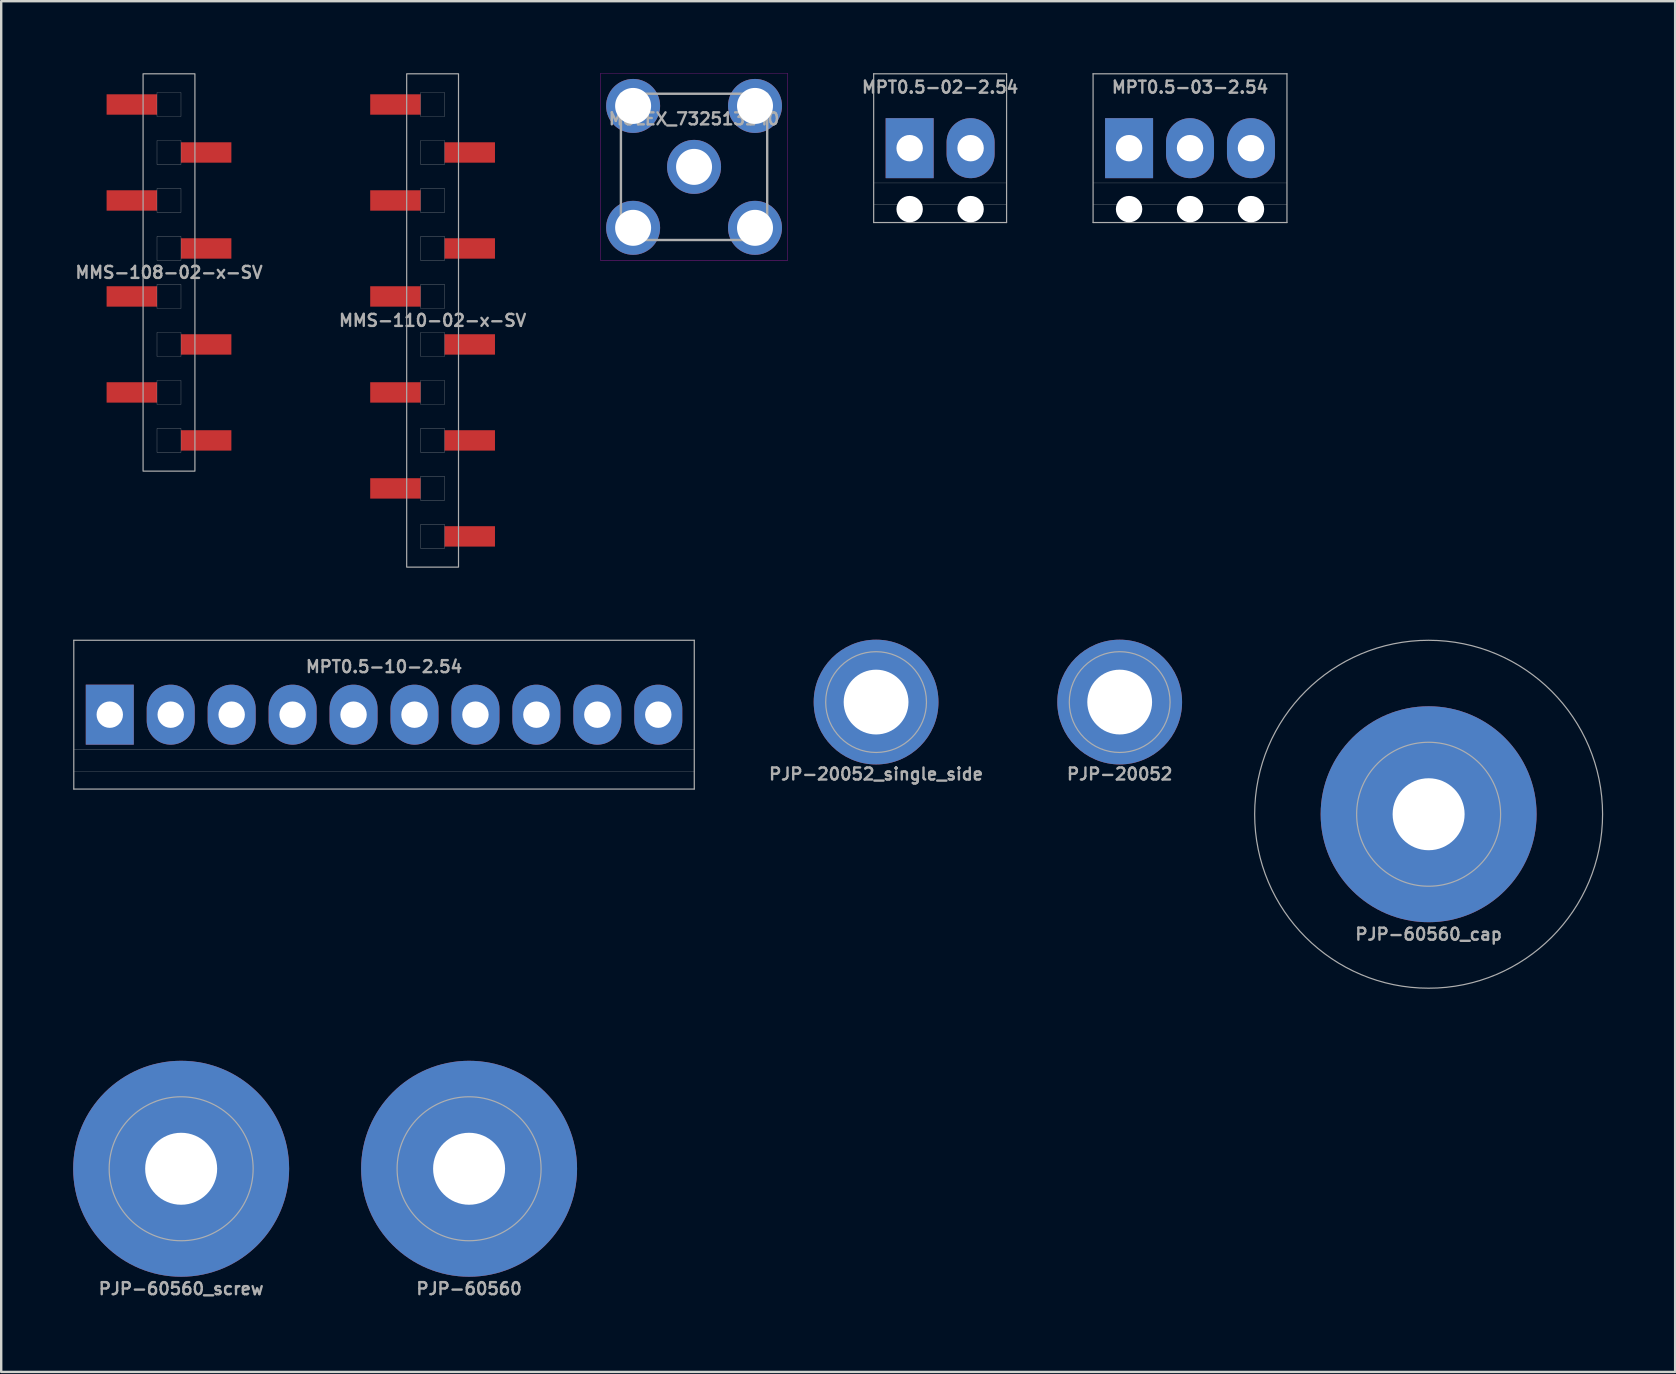
<source format=kicad_pcb>
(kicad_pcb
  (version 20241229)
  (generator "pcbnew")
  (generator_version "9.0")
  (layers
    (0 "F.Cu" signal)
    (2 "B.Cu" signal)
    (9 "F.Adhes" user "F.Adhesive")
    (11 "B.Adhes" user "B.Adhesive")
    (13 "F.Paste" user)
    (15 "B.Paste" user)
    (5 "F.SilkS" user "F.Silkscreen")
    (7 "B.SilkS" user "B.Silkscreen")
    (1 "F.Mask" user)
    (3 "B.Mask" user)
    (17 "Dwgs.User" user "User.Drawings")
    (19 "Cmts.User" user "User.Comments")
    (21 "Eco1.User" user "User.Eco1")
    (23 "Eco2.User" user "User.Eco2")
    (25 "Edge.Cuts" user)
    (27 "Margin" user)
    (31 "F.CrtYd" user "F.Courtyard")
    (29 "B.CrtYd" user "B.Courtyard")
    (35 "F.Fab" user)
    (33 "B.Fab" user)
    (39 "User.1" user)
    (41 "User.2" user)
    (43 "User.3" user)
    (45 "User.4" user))
  (footprint "MPT0.5-10-2.54"
    (layer "F.Cu")
    (at 12.955 26.735)
    (property "Reference" "MPT0.5-10-2.54" (at 0 -2 0) (layer "F.Fab") (effects (font (size 0.5 0.5) (thickness 0.1))))
    (attr through_hole)
    (fp_line (start -12.93 -3.1) (end -12.93 3.1) (stroke (width 0.05) (type solid)) (layer "F.Fab"))
    (fp_line (start -12.93 1.45) (end 12.93 1.45) (stroke (width 0.01) (type solid)) (layer "F.Fab"))
    (fp_line (start -12.93 2.36) (end 12.93 2.36) (stroke (width 0.01) (type solid)) (layer "F.Fab"))
    (fp_line (start -12.93 3.1) (end 12.93 3.1) (stroke (width 0.05) (type solid)) (layer "F.Fab"))
    (fp_line (start 12.93 -3.1) (end -12.93 -3.1) (stroke (width 0.05) (type solid)) (layer "F.Fab"))
    (fp_line (start 12.93 3.1) (end 12.93 -3.1) (stroke (width 0.05) (type solid)) (layer "F.Fab"))
    (pad "1" thru_hole rect (at -11.43 0) (size 2 2.5) (drill 1.1) (layers "*.Cu" "*.Mask"))
    (pad "2" thru_hole oval (at -8.89 0) (size 2 2.5) (drill 1.1) (layers "*.Cu" "*.Mask"))
    (pad "3" thru_hole oval (at -6.35 0) (size 2 2.5) (drill 1.1) (layers "*.Cu" "*.Mask"))
    (pad "4" thru_hole oval (at -3.81 0) (size 2 2.5) (drill 1.1) (layers "*.Cu" "*.Mask"))
    (pad "5" thru_hole oval (at -1.27 0) (size 2 2.5) (drill 1.1) (layers "*.Cu" "*.Mask"))
    (pad "6" thru_hole oval (at 1.27 0) (size 2 2.5) (drill 1.1) (layers "*.Cu" "*.Mask"))
    (pad "7" thru_hole oval (at 3.81 0) (size 2 2.5) (drill 1.1) (layers "*.Cu" "*.Mask"))
    (pad "8" thru_hole oval (at 6.35 0) (size 2 2.5) (drill 1.1) (layers "*.Cu" "*.Mask"))
    (pad "9" thru_hole oval (at 8.89 0) (size 2 2.5) (drill 1.1) (layers "*.Cu" "*.Mask"))
    (pad "10" thru_hole oval (at 11.43 0) (size 2 2.5) (drill 1.1) (layers "*.Cu" "*.Mask")))
  (footprint "PJP-60560_screw"
    (layer "F.Cu")
    (at 4.5 45.66)
    (property "Reference" "PJP-60560_screw" (at 0 5 0) (layer "F.Fab") (effects (font (size 0.5 0.5) (thickness 0.1))))
    (attr through_hole)
    (fp_circle (center 0 0) (end 3 0) (stroke (width 0.05) (type solid)) (fill no) (layer "F.Fab"))
    (pad "1" thru_hole circle (at 0 0) (size 9 9) (drill 3) (layers "*.Cu" "*.Mask")))
  (footprint "MPT0.5-02-2.54"
    (layer "F.Cu")
    (at 36.131 3.125)
    (property "Reference" "MPT0.5-02-2.54" (at 0 -2.54 0) (layer "F.Fab") (effects (font (size 0.5 0.5) (thickness 0.1))))
    (attr through_hole)
    (fp_line (start -2.77 -3.1) (end -2.77 3.1) (stroke (width 0.05) (type solid)) (layer "F.Fab"))
    (fp_line (start -2.77 1.45) (end 2.77 1.45) (stroke (width 0.01) (type solid)) (layer "F.Fab"))
    (fp_line (start -2.77 2.36) (end 2.77 2.36) (stroke (width 0.01) (type solid)) (layer "F.Fab"))
    (fp_line (start -2.77 3.1) (end 2.77 3.1) (stroke (width 0.05) (type solid)) (layer "F.Fab"))
    (fp_line (start 2.77 -3.1) (end -2.77 -3.1) (stroke (width 0.05) (type solid)) (layer "F.Fab"))
    (fp_line (start 2.77 3.1) (end 2.77 -3.1) (stroke (width 0.05) (type solid)) (layer "F.Fab"))
    (pad "" np_thru_hole circle (at -1.27 2.54) (size 1.1 1.1) (drill 1.1) (layers "*.Cu" "*.Mask"))
    (pad "" np_thru_hole circle (at 1.27 2.54) (size 1.1 1.1) (drill 1.1) (layers "*.Cu" "*.Mask"))
    (pad "1" thru_hole rect (at -1.27 0) (size 2 2.5) (drill 1.1) (layers "*.Cu" "*.Mask"))
    (pad "2" thru_hole oval (at 1.27 0) (size 2 2.5) (drill 1.1) (layers "*.Cu" "*.Mask")))
  (footprint "PJP-20052_single_side"
    (layer "F.Cu")
    (at 33.462 26.21)
    (property "Reference" "PJP-20052_single_side" (at 0 3 0) (layer "F.Fab") (effects (font (size 0.5 0.5) (thickness 0.1))))
    (attr through_hole)
    (fp_circle (center 0 0) (end 1 0) (stroke (width 0.01) (type solid)) (fill no) (layer "F.Fab"))
    (fp_circle (center 0 0) (end 2.1 0) (stroke (width 0.05) (type solid)) (fill no) (layer "F.Fab"))
    (pad "1" thru_hole circle (at 0 0) (size 5.2 5.2) (drill 2.7) (layers "B.Cu" "B.Mask")))
  (footprint "MOLEX_732513140"
    (layer "F.Cu")
    (at 25.876 3.905)
    (property "Reference" "MOLEX_732513140" (at 0 -2 0) (unlocked yes) (layer "F.Fab") (effects (font (size 0.5 0.5) (thickness 0.1))))
    (attr through_hole)
    (fp_rect (start -3.9 -3.9) (end 3.9 3.9) (stroke (width 0.01) (type solid)) (fill no) (layer "F.CrtYd"))
    (fp_rect (start -3.048 -3.048) (end 3.048 3.048) (stroke (width 0.1) (type solid)) (fill no) (layer "F.Fab"))
    (pad "1" thru_hole circle (at 0 0) (size 2.25 2.25) (drill 1.5) (layers "*.Cu" "*.Mask"))
    (pad "2" thru_hole circle (at -2.54 -2.54) (size 2.25 2.25) (drill 1.5) (layers "*.Cu" "*.Mask"))
    (pad "2" thru_hole circle (at -2.54 2.54) (size 2.25 2.25) (drill 1.5) (layers "*.Cu" "*.Mask"))
    (pad "2" thru_hole circle (at 2.54 -2.54) (size 2.25 2.25) (drill 1.5) (layers "*.Cu" "*.Mask"))
    (pad "2" thru_hole circle (at 2.54 2.54) (size 2.25 2.25) (drill 1.5) (layers "*.Cu" "*.Mask")))
  (footprint "PJP-20052"
    (layer "F.Cu")
    (at 43.615 26.21)
    (property "Reference" "PJP-20052" (at 0 3 0) (layer "F.Fab") (effects (font (size 0.5 0.5) (thickness 0.1))))
    (attr through_hole)
    (fp_circle (center 0 0) (end 1 0) (stroke (width 0.01) (type solid)) (fill no) (layer "F.Fab"))
    (fp_circle (center 0 0) (end 2.1 0) (stroke (width 0.05) (type solid)) (fill no) (layer "F.Fab"))
    (pad "1" thru_hole circle (at 0 0) (size 5.2 5.2) (drill 2.7) (layers "*.Cu" "*.Mask")))
  (footprint "PJP-60560_cap"
    (layer "F.Cu")
    (at 56.49 30.885)
    (property "Reference" "PJP-60560_cap" (at 0 5 0) (layer "F.Fab") (effects (font (size 0.5 0.5) (thickness 0.1))))
    (attr through_hole)
    (fp_circle (center 0 0) (end 3 0) (stroke (width 0.05) (type solid)) (fill no) (layer "F.Fab"))
    (fp_circle (center 0 0) (end 7.25 0) (stroke (width 0.05) (type solid)) (fill no) (layer "F.Fab"))
    (pad "1" thru_hole circle (at 0 0) (size 9 9) (drill 3) (layers "*.Cu" "*.Mask")))
  (footprint "MMS-110-02-x-SV"
    (layer "F.Cu")
    (at 14.979 10.305)
    (property "Reference" "MMS-110-02-x-SV" (at 0 0 0) (layer "F.Fab") (effects (font (size 0.5 0.5) (thickness 0.1))))
    (attr through_hole)
    (fp_rect (start -1.08 -10.28) (end 1.08 10.28) (stroke (width 0.05) (type solid)) (fill no) (layer "F.Fab"))
    (fp_rect (start -0.5 -9.5) (end 0.5 -8.5) (stroke (width 0.01) (type solid)) (fill no) (layer "F.Fab"))
    (fp_rect (start -0.5 -7.5) (end 0.5 -6.5) (stroke (width 0.01) (type solid)) (fill no) (layer "F.Fab"))
    (fp_rect (start -0.5 -5.5) (end 0.5 -4.5) (stroke (width 0.01) (type solid)) (fill no) (layer "F.Fab"))
    (fp_rect (start -0.5 -3.5) (end 0.5 -2.5) (stroke (width 0.01) (type solid)) (fill no) (layer "F.Fab"))
    (fp_rect (start -0.5 -1.5) (end 0.5 -0.5) (stroke (width 0.01) (type solid)) (fill no) (layer "F.Fab"))
    (fp_rect (start -0.5 0.5) (end 0.5 1.5) (stroke (width 0.01) (type solid)) (fill no) (layer "F.Fab"))
    (fp_rect (start -0.5 2.5) (end 0.5 3.5) (stroke (width 0.01) (type solid)) (fill no) (layer "F.Fab"))
    (fp_rect (start -0.5 4.5) (end 0.5 5.5) (stroke (width 0.01) (type solid)) (fill no) (layer "F.Fab"))
    (fp_rect (start -0.5 6.5) (end 0.5 7.5) (stroke (width 0.01) (type solid)) (fill no) (layer "F.Fab"))
    (fp_rect (start -0.5 8.5) (end 0.5 9.5) (stroke (width 0.01) (type solid)) (fill no) (layer "F.Fab"))
    (pad "1" smd rect (at -1.55 -9) (size 2.1 0.85) (layers "F.Cu" "F.Mask" "F.Paste"))
    (pad "2" smd rect (at 1.55 -7) (size 2.1 0.85) (layers "F.Cu" "F.Mask" "F.Paste"))
    (pad "3" smd rect (at -1.55 -5) (size 2.1 0.85) (layers "F.Cu" "F.Mask" "F.Paste"))
    (pad "4" smd rect (at 1.55 -3) (size 2.1 0.85) (layers "F.Cu" "F.Mask" "F.Paste"))
    (pad "5" smd rect (at -1.55 -1) (size 2.1 0.85) (layers "F.Cu" "F.Mask" "F.Paste"))
    (pad "6" smd rect (at 1.55 1) (size 2.1 0.85) (layers "F.Cu" "F.Mask" "F.Paste"))
    (pad "7" smd rect (at -1.55 3) (size 2.1 0.85) (layers "F.Cu" "F.Mask" "F.Paste"))
    (pad "8" smd rect (at 1.55 5) (size 2.1 0.85) (layers "F.Cu" "F.Mask" "F.Paste"))
    (pad "9" smd rect (at -1.55 7) (size 2.1 0.85) (layers "F.Cu" "F.Mask" "F.Paste"))
    (pad "10" smd rect (at 1.55 9) (size 2.1 0.85) (layers "F.Cu" "F.Mask" "F.Paste")))
  (footprint "PJP-60560"
    (layer "F.Cu")
    (at 16.5 45.66)
    (property "Reference" "PJP-60560" (at 0 5 0) (layer "F.Fab") (effects (font (size 0.5 0.5) (thickness 0.1))))
    (attr through_hole)
    (fp_circle (center 0 0) (end 3 0) (stroke (width 0.05) (type solid)) (fill no) (layer "F.Fab"))
    (pad "1" thru_hole circle (at 0 0) (size 9 9) (drill 3) (layers "*.Cu" "*.Mask")))
  (footprint "MMS-108-02-x-SV"
    (layer "F.Cu")
    (at 3.993 8.305)
    (property "Reference" "MMS-108-02-x-SV" (at 0 0 0) (layer "F.Fab") (effects (font (size 0.5 0.5) (thickness 0.1))))
    (attr through_hole)
    (fp_rect (start -1.08 -8.28) (end 1.08 8.28) (stroke (width 0.05) (type solid)) (fill no) (layer "F.Fab"))
    (fp_rect (start -0.5 -7.5) (end 0.5 -6.5) (stroke (width 0.01) (type solid)) (fill no) (layer "F.Fab"))
    (fp_rect (start -0.5 -5.5) (end 0.5 -4.5) (stroke (width 0.01) (type solid)) (fill no) (layer "F.Fab"))
    (fp_rect (start -0.5 -3.5) (end 0.5 -2.5) (stroke (width 0.01) (type solid)) (fill no) (layer "F.Fab"))
    (fp_rect (start -0.5 -1.5) (end 0.5 -0.5) (stroke (width 0.01) (type solid)) (fill no) (layer "F.Fab"))
    (fp_rect (start -0.5 0.5) (end 0.5 1.5) (stroke (width 0.01) (type solid)) (fill no) (layer "F.Fab"))
    (fp_rect (start -0.5 2.5) (end 0.5 3.5) (stroke (width 0.01) (type solid)) (fill no) (layer "F.Fab"))
    (fp_rect (start -0.5 4.5) (end 0.5 5.5) (stroke (width 0.01) (type solid)) (fill no) (layer "F.Fab"))
    (fp_rect (start -0.5 6.5) (end 0.5 7.5) (stroke (width 0.01) (type solid)) (fill no) (layer "F.Fab"))
    (pad "1" smd rect (at -1.55 -7) (size 2.1 0.85) (layers "F.Cu" "F.Mask" "F.Paste"))
    (pad "2" smd rect (at 1.55 -5) (size 2.1 0.85) (layers "F.Cu" "F.Mask" "F.Paste"))
    (pad "3" smd rect (at -1.55 -3) (size 2.1 0.85) (layers "F.Cu" "F.Mask" "F.Paste"))
    (pad "4" smd rect (at 1.55 -1) (size 2.1 0.85) (layers "F.Cu" "F.Mask" "F.Paste"))
    (pad "5" smd rect (at -1.55 1) (size 2.1 0.85) (layers "F.Cu" "F.Mask" "F.Paste"))
    (pad "6" smd rect (at 1.55 3) (size 2.1 0.85) (layers "F.Cu" "F.Mask" "F.Paste"))
    (pad "7" smd rect (at -1.55 5) (size 2.1 0.85) (layers "F.Cu" "F.Mask" "F.Paste"))
    (pad "8" smd rect (at 1.55 7) (size 2.1 0.85) (layers "F.Cu" "F.Mask" "F.Paste")))
  (footprint "MPT0.5-03-2.54"
    (layer "F.Cu")
    (at 46.546 3.125)
    (property "Reference" "MPT0.5-03-2.54" (at 0 -2.54 0) (layer "F.Fab") (effects (font (size 0.5 0.5) (thickness 0.1))))
    (attr through_hole)
    (fp_line (start -4.04 -3.1) (end -4.04 3.1) (stroke (width 0.05) (type solid)) (layer "F.Fab"))
    (fp_line (start -4.04 1.45) (end 4.04 1.45) (stroke (width 0.01) (type solid)) (layer "F.Fab"))
    (fp_line (start -4.04 2.36) (end 4.04 2.36) (stroke (width 0.01) (type solid)) (layer "F.Fab"))
    (fp_line (start -4.04 3.1) (end 4.04 3.1) (stroke (width 0.05) (type solid)) (layer "F.Fab"))
    (fp_line (start 4.04 -3.1) (end -4.04 -3.1) (stroke (width 0.05) (type solid)) (layer "F.Fab"))
    (fp_line (start 4.04 3.1) (end 4.04 -3.1) (stroke (width 0.05) (type solid)) (layer "F.Fab"))
    (pad "" np_thru_hole circle (at -2.54 2.54) (size 1.1 1.1) (drill 1.1) (layers "*.Cu" "*.Mask"))
    (pad "" np_thru_hole circle (at 0 2.54) (size 1.1 1.1) (drill 1.1) (layers "*.Cu" "*.Mask"))
    (pad "" np_thru_hole circle (at 2.54 2.54) (size 1.1 1.1) (drill 1.1) (layers "*.Cu" "*.Mask"))
    (pad "1" thru_hole rect (at -2.54 0) (size 2 2.5) (drill 1.1) (layers "*.Cu" "*.Mask"))
    (pad "2" thru_hole oval (at 0 0) (size 2 2.5) (drill 1.1) (layers "*.Cu" "*.Mask"))
    (pad "3" thru_hole oval (at 2.54 0) (size 2 2.5) (drill 1.1) (layers "*.Cu" "*.Mask")))
  (gr_rect
    (start -3 -3)
    (end 66.765 54.128)
    (stroke (width 0.1) (type default))
    (fill no)
    (layer "Edge.Cuts")))
</source>
